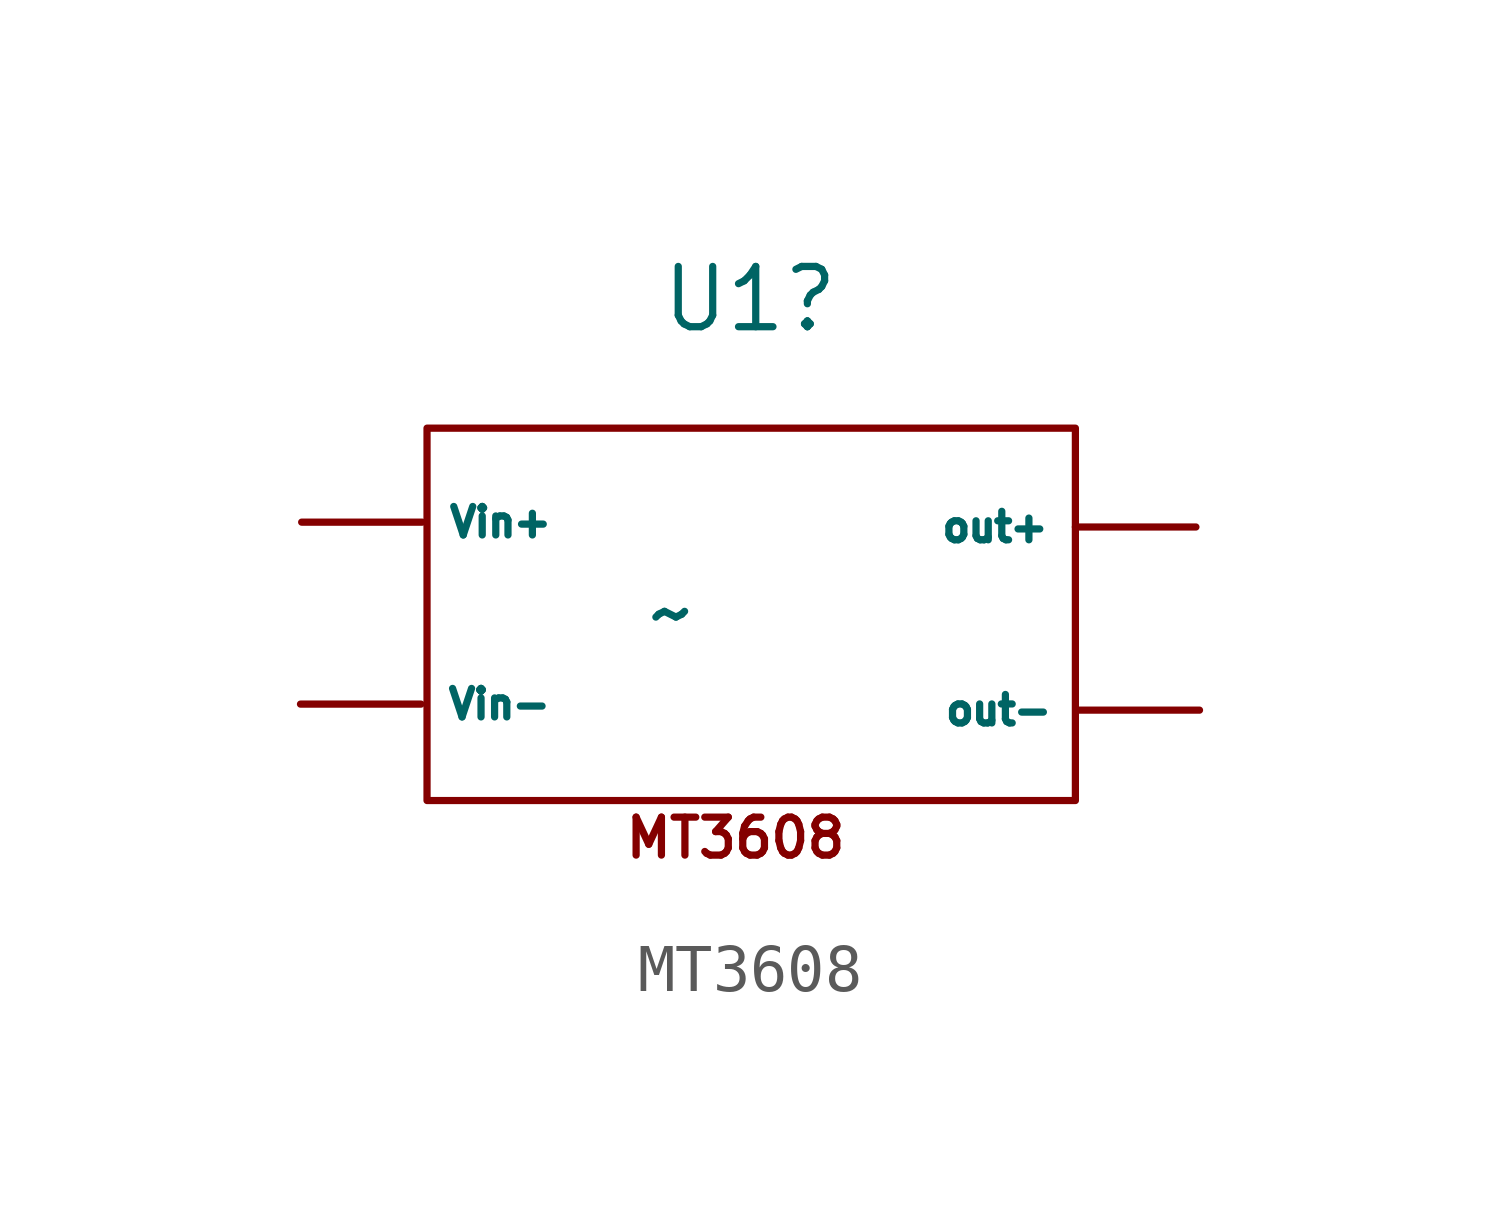
<source format=kicad_sym>
(kicad_symbol_lib
  (version 20220914)
  (generator kicad_symbol_editor)
  (symbol "MT3608"
    (property "Reference" "U1"
      (at 1.651 6.604 0)
      (effects (font (size 1.27 1.27))))
    (property "Value" "~"
      (at 0 0 0)
      (effects (font (size 1.27 1.27))))
    (symbol "MT3608_0_1"
      (rectangle (start -5.156 3.886) (end 8.509 -3.962) (stroke (width 0) (type default)) (fill (type none))))
    (symbol "MT3608_1_1"
      (text "MT3608" (at 1.346 -4.75 0) (effects (font (size 0.8 0.8))))
      (pin input line (at -7.798 1.905 0) (length 2.54) (name "Vin+" (effects (font (size 0.6 0.6)))) (number "" (effects (font (size 1.27 1.27)))))
      (pin input line (at -7.823 -1.93 0) (length 2.54) (name "Vin-" (effects (font (size 0.6 0.6)))) (number "" (effects (font (size 1.27 1.27)))))
      (pin power_out line (at 11.049 1.803 180) (length 2.54) (name "out+" (effects (font (size 0.6 0.6)))) (number "" (effects (font (size 1.27 1.27)))))
      (pin power_out line (at 11.125 -2.057 180) (length 2.54) (name "out-" (effects (font (size 0.6 0.6)))) (number "" (effects (font (size 1.27 1.27))))))))
</source>
